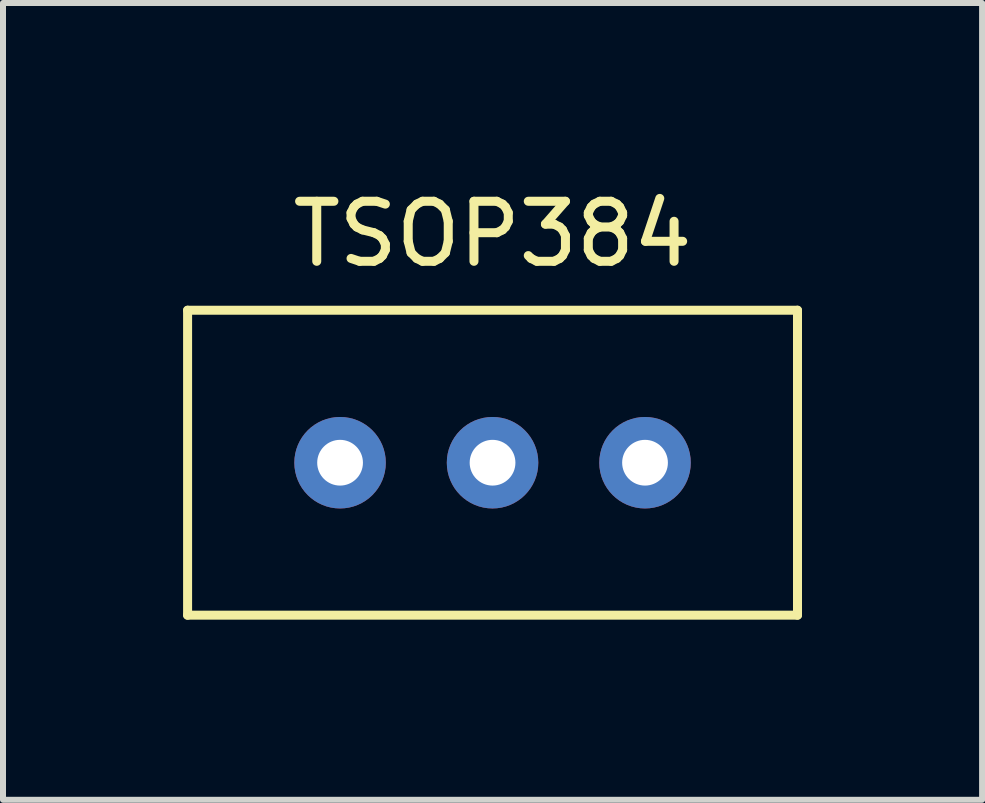
<source format=kicad_pcb>
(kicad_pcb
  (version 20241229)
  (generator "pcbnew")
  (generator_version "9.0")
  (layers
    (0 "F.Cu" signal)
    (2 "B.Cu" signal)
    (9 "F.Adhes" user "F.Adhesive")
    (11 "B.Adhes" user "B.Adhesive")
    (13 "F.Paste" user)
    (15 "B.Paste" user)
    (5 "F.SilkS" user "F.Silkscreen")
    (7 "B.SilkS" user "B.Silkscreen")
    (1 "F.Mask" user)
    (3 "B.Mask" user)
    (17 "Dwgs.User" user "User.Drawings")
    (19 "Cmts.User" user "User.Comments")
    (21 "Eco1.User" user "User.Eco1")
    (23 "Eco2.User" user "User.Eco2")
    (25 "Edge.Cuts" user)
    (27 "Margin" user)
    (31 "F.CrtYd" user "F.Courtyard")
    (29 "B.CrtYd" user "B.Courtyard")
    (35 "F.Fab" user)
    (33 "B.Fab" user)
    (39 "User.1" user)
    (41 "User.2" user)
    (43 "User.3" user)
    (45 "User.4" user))
  (footprint "TSOP384"
    (layer "F.Cu")
    (at 5.155 2.118)
    (property "Reference" "TSOP384" (at 0 -1.27 0) (layer "F.SilkS") (effects (font (size 1 1) (thickness 0.15))))
    (attr through_hole)
    (fp_line (start -5.08 0) (end -5.08 5.08) (stroke (width 0.15) (type solid)) (layer "F.SilkS"))
    (fp_line (start -5.08 5.08) (end 5.08 5.08) (stroke (width 0.15) (type solid)) (layer "F.SilkS"))
    (fp_line (start 5.08 0) (end -5.08 0) (stroke (width 0.15) (type solid)) (layer "F.SilkS"))
    (fp_line (start 5.08 5.08) (end 5.08 0) (stroke (width 0.15) (type solid)) (layer "F.SilkS"))
    (pad "1" thru_hole circle (at -2.54 2.54) (size 1.524 1.524) (drill 0.762) (layers "*.Cu" "*.Mask"))
    (pad "2" thru_hole circle (at 0 2.54) (size 1.524 1.524) (drill 0.762) (layers "*.Cu" "*.Mask"))
    (pad "3" thru_hole circle (at 2.54 2.54) (size 1.524 1.524) (drill 0.762) (layers "*.Cu" "*.Mask")))
  (gr_rect
    (start -3 -3)
    (end 13.31 10.273)
    (stroke (width 0.1) (type default))
    (fill no)
    (layer "Edge.Cuts")))
</source>
